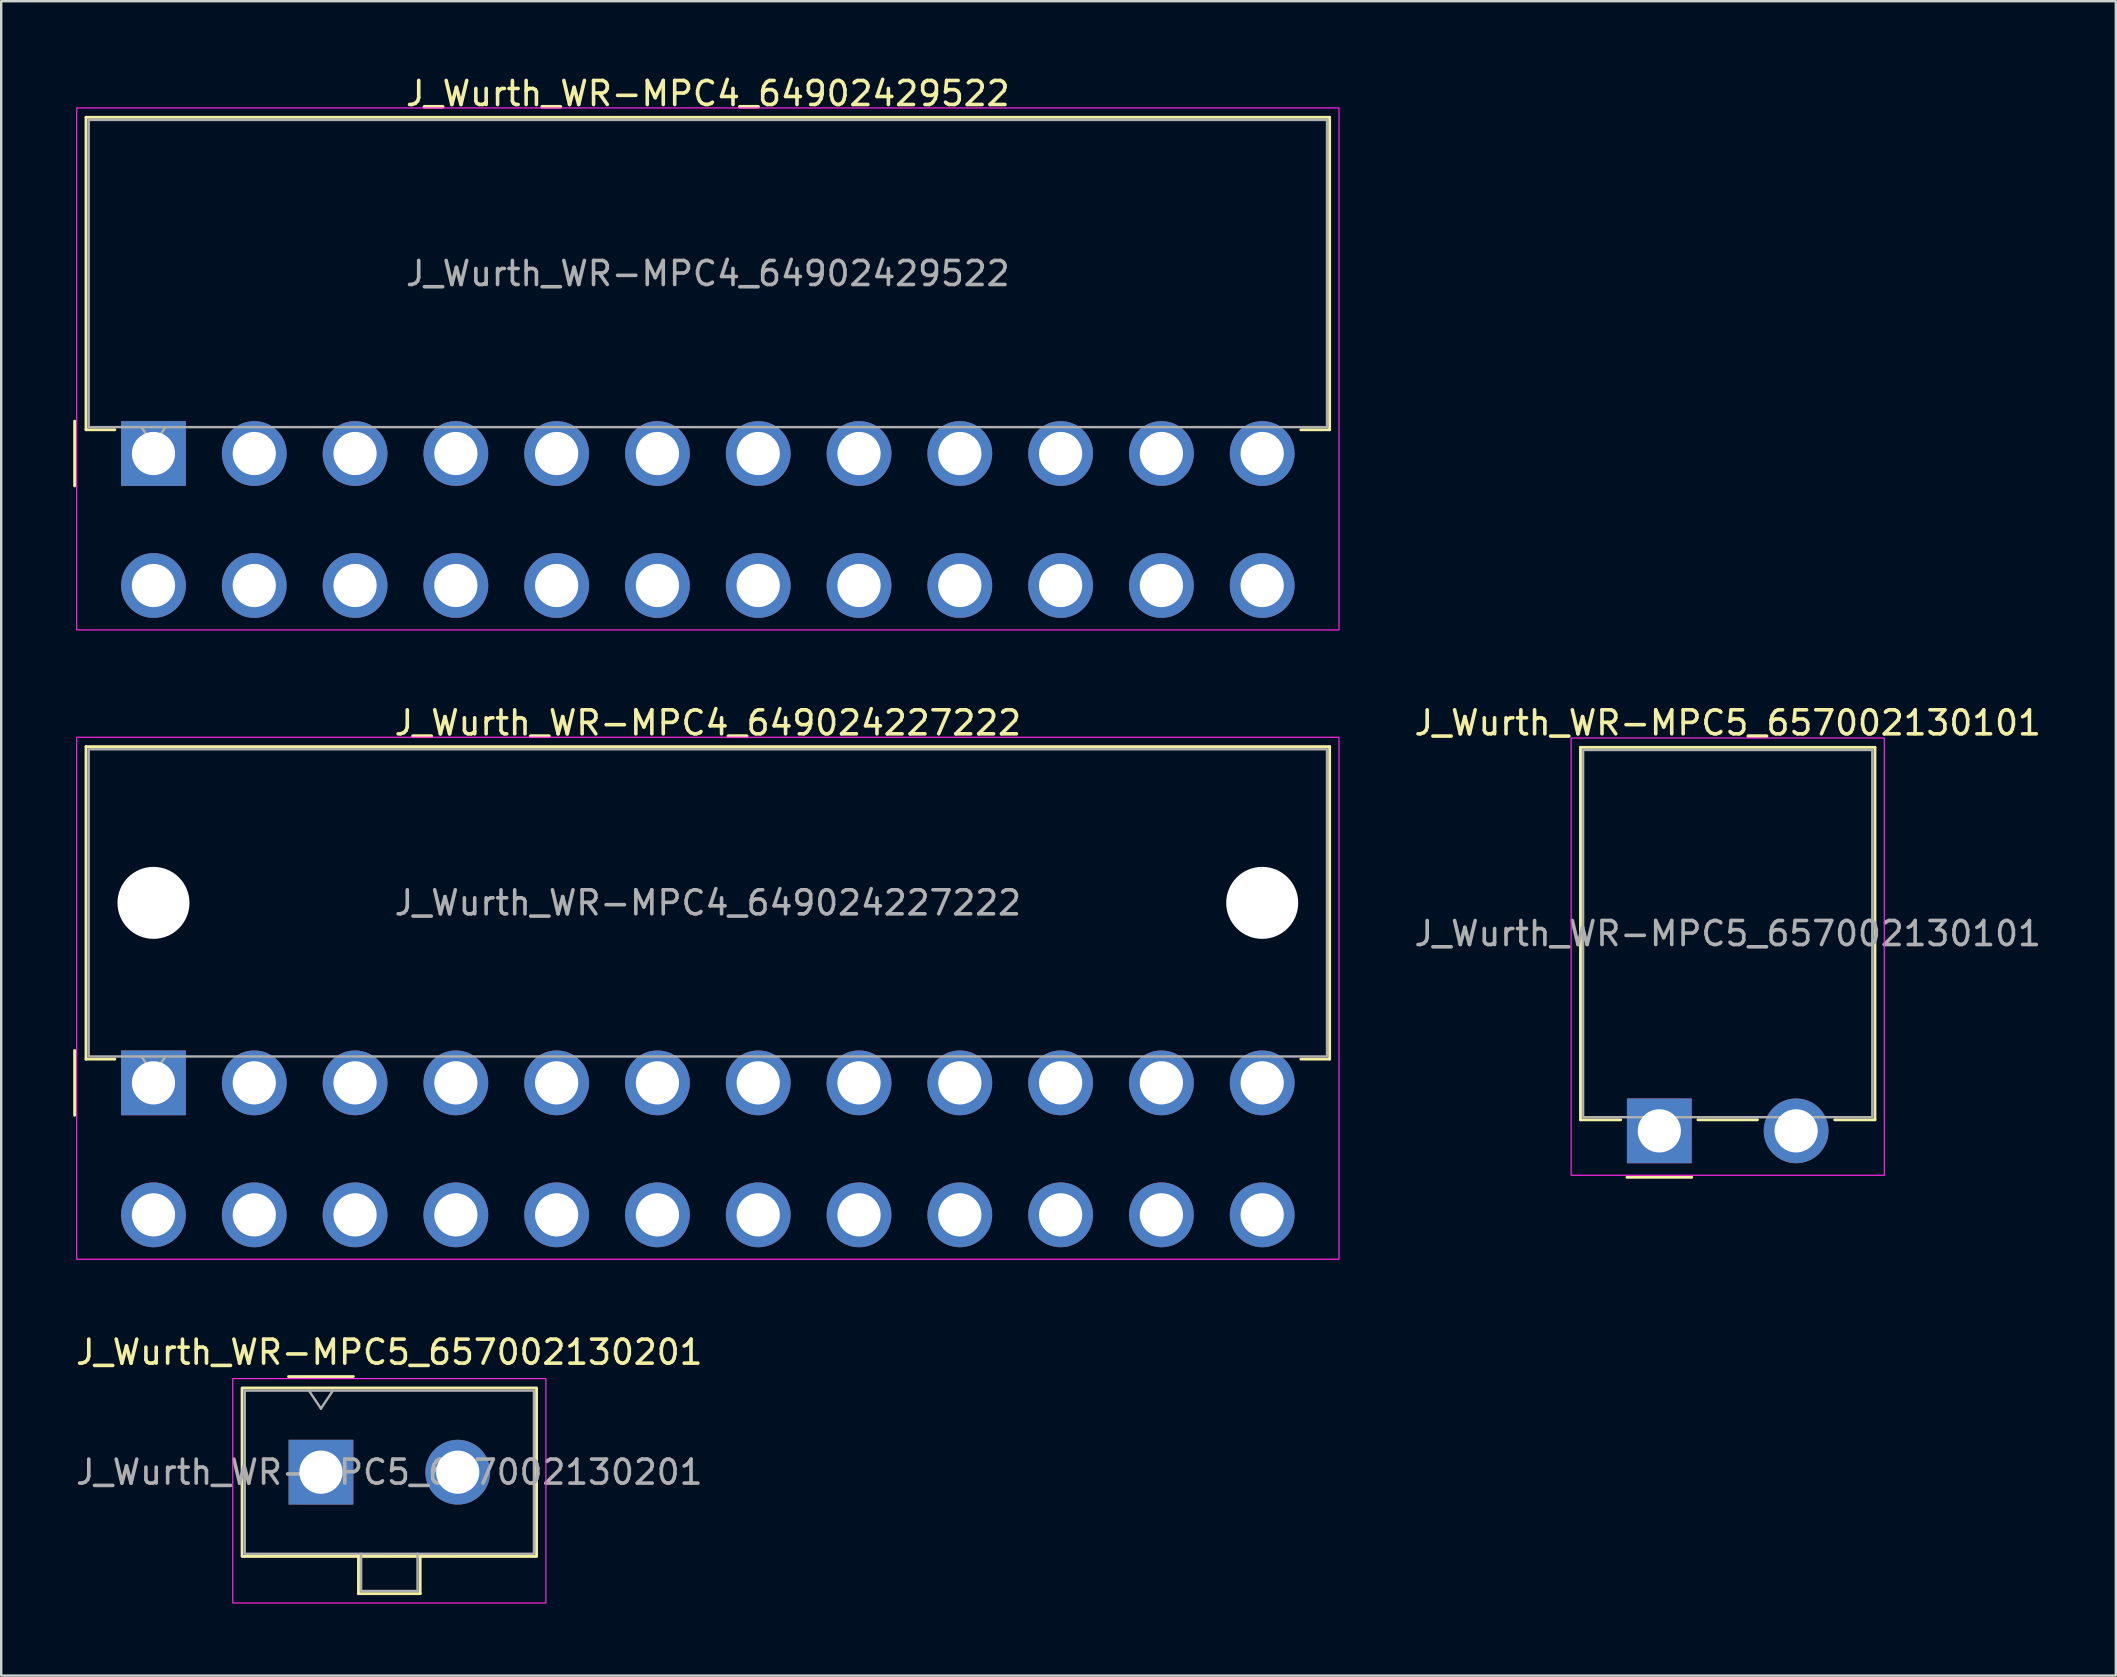
<source format=kicad_pcb>
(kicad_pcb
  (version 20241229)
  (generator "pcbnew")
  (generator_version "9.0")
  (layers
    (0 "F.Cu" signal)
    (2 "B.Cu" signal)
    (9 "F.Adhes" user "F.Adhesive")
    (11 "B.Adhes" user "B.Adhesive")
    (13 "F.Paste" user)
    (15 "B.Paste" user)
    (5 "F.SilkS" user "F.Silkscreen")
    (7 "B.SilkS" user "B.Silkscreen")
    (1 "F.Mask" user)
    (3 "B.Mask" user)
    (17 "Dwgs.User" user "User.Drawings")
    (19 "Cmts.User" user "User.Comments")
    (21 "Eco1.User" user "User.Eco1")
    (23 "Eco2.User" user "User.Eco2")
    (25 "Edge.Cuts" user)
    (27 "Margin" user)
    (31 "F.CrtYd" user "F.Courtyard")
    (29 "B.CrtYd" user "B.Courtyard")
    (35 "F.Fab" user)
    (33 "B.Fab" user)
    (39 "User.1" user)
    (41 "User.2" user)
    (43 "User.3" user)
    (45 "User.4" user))
  (footprint "J_Wurth_WR-MPC4_64902429522"
    (layer "F.Cu")
    (at 3.345 15.848)
    (property "Reference" "J_Wurth_WR-MPC4_64902429522" (at 23.1 -15 0) (unlocked yes) (layer "F.SilkS") (effects (font (size 1 1) (thickness 0.15))))
    (attr through_hole)
    (fp_line (start -3.285 -1.35) (end -3.285 1.35) (stroke (width 0.12) (type solid)) (layer "F.SilkS"))
    (fp_line (start -2.81 -14.01) (end 49.01 -14.01) (stroke (width 0.12) (type solid)) (layer "F.SilkS"))
    (fp_line (start -2.81 -0.99) (end -2.81 -14.01) (stroke (width 0.12) (type default)) (layer "F.SilkS"))
    (fp_line (start -1.61 -0.99) (end -2.81 -0.99) (stroke (width 0.12) (type solid)) (layer "F.SilkS"))
    (fp_line (start 49.01 -14.01) (end 49.01 -0.99) (stroke (width 0.12) (type solid)) (layer "F.SilkS"))
    (fp_line (start 49.01 -0.99) (end 47.81 -0.99) (stroke (width 0.12) (type solid)) (layer "F.SilkS"))
    (fp_rect (start -3.2 -14.4) (end 49.4 7.35) (stroke (width 0.05) (type solid)) (fill no) (layer "F.CrtYd"))
    (fp_line (start 0 -0.35) (end -0.5 -1.1) (stroke (width 0.1) (type solid)) (layer "F.Fab"))
    (fp_line (start 0 -0.35) (end 0.5 -1.1) (stroke (width 0.1) (type solid)) (layer "F.Fab"))
    (fp_rect (start -2.7 -13.9) (end 48.9 -1.1) (stroke (width 0.1) (type solid)) (fill no) (layer "F.Fab"))
    (fp_text user "${REFERENCE}" (at 23.1 -7.5 0) (unlocked yes) (layer "F.Fab") (effects (font (size 1 1) (thickness 0.15))))
    (pad "1" thru_hole rect (at 0 0 180) (size 2.7 2.7) (drill 1.8) (layers "*.Cu" "*.Mask"))
    (pad "2" thru_hole circle (at 4.2 0 180) (size 2.7 2.7) (drill 1.8) (layers "*.Cu" "*.Mask"))
    (pad "3" thru_hole circle (at 8.4 0 180) (size 2.7 2.7) (drill 1.8) (layers "*.Cu" "*.Mask"))
    (pad "4" thru_hole circle (at 12.6 0 180) (size 2.7 2.7) (drill 1.8) (layers "*.Cu" "*.Mask"))
    (pad "5" thru_hole circle (at 16.8 0 180) (size 2.7 2.7) (drill 1.8) (layers "*.Cu" "*.Mask"))
    (pad "6" thru_hole circle (at 21 0 180) (size 2.7 2.7) (drill 1.8) (layers "*.Cu" "*.Mask"))
    (pad "7" thru_hole circle (at 25.2 0 180) (size 2.7 2.7) (drill 1.8) (layers "*.Cu" "*.Mask"))
    (pad "8" thru_hole circle (at 29.4 0 180) (size 2.7 2.7) (drill 1.8) (layers "*.Cu" "*.Mask"))
    (pad "9" thru_hole circle (at 33.6 0 180) (size 2.7 2.7) (drill 1.8) (layers "*.Cu" "*.Mask"))
    (pad "10" thru_hole circle (at 37.8 0 180) (size 2.7 2.7) (drill 1.8) (layers "*.Cu" "*.Mask"))
    (pad "11" thru_hole circle (at 42 0 180) (size 2.7 2.7) (drill 1.8) (layers "*.Cu" "*.Mask"))
    (pad "12" thru_hole circle (at 46.2 0 180) (size 2.7 2.7) (drill 1.8) (layers "*.Cu" "*.Mask"))
    (pad "13" thru_hole circle (at 0 5.5 180) (size 2.7 2.7) (drill 1.8) (layers "*.Cu" "*.Mask"))
    (pad "14" thru_hole circle (at 4.2 5.5 180) (size 2.7 2.7) (drill 1.8) (layers "*.Cu" "*.Mask"))
    (pad "15" thru_hole circle (at 8.4 5.5 180) (size 2.7 2.7) (drill 1.8) (layers "*.Cu" "*.Mask"))
    (pad "16" thru_hole circle (at 12.6 5.5 180) (size 2.7 2.7) (drill 1.8) (layers "*.Cu" "*.Mask"))
    (pad "17" thru_hole circle (at 16.8 5.5 180) (size 2.7 2.7) (drill 1.8) (layers "*.Cu" "*.Mask"))
    (pad "18" thru_hole circle (at 21 5.5 180) (size 2.7 2.7) (drill 1.8) (layers "*.Cu" "*.Mask"))
    (pad "19" thru_hole circle (at 25.2 5.5 180) (size 2.7 2.7) (drill 1.8) (layers "*.Cu" "*.Mask"))
    (pad "20" thru_hole circle (at 29.4 5.5 180) (size 2.7 2.7) (drill 1.8) (layers "*.Cu" "*.Mask"))
    (pad "21" thru_hole circle (at 33.6 5.5 180) (size 2.7 2.7) (drill 1.8) (layers "*.Cu" "*.Mask"))
    (pad "22" thru_hole circle (at 37.8 5.5 180) (size 2.7 2.7) (drill 1.8) (layers "*.Cu" "*.Mask"))
    (pad "23" thru_hole circle (at 42 5.5 180) (size 2.7 2.7) (drill 1.8) (layers "*.Cu" "*.Mask"))
    (pad "24" thru_hole circle (at 46.2 5.5 180) (size 2.7 2.7) (drill 1.8) (layers "*.Cu" "*.Mask")))
  (footprint "J_Wurth_WR-MPC4_649024227222"
    (layer "F.Cu")
    (at 3.345 42.072)
    (property "Reference" "J_Wurth_WR-MPC4_649024227222" (at 23.1 -15 0) (unlocked yes) (layer "F.SilkS") (effects (font (size 1 1) (thickness 0.15))))
    (attr through_hole)
    (fp_line (start -3.285 -1.35) (end -3.285 1.35) (stroke (width 0.12) (type solid)) (layer "F.SilkS"))
    (fp_line (start -2.81 -14.01) (end 49.01 -14.01) (stroke (width 0.12) (type solid)) (layer "F.SilkS"))
    (fp_line (start -2.81 -0.99) (end -2.81 -14.01) (stroke (width 0.12) (type default)) (layer "F.SilkS"))
    (fp_line (start -1.61 -0.99) (end -2.81 -0.99) (stroke (width 0.12) (type solid)) (layer "F.SilkS"))
    (fp_line (start 49.01 -14.01) (end 49.01 -0.99) (stroke (width 0.12) (type solid)) (layer "F.SilkS"))
    (fp_line (start 49.01 -0.99) (end 47.81 -0.99) (stroke (width 0.12) (type solid)) (layer "F.SilkS"))
    (fp_rect (start -3.2 -14.4) (end 49.4 7.35) (stroke (width 0.05) (type solid)) (fill no) (layer "F.CrtYd"))
    (fp_line (start 0 -0.35) (end -0.5 -1.1) (stroke (width 0.1) (type solid)) (layer "F.Fab"))
    (fp_line (start 0 -0.35) (end 0.5 -1.1) (stroke (width 0.1) (type solid)) (layer "F.Fab"))
    (fp_rect (start -2.7 -13.9) (end 48.9 -1.1) (stroke (width 0.1) (type solid)) (fill no) (layer "F.Fab"))
    (fp_text user "${REFERENCE}" (at 23.1 -7.5 0) (unlocked yes) (layer "F.Fab") (effects (font (size 1 1) (thickness 0.15))))
    (pad "" np_thru_hole circle (at 0 -7.5) (size 3 3) (drill 3) (layers "*.Cu" "*.Mask"))
    (pad "" np_thru_hole circle (at 46.2 -7.5) (size 3 3) (drill 3) (layers "*.Cu" "*.Mask"))
    (pad "1" thru_hole rect (at 0 0 180) (size 2.7 2.7) (drill 1.8) (layers "*.Cu" "*.Mask"))
    (pad "2" thru_hole circle (at 4.2 0 180) (size 2.7 2.7) (drill 1.8) (layers "*.Cu" "*.Mask"))
    (pad "3" thru_hole circle (at 8.4 0 180) (size 2.7 2.7) (drill 1.8) (layers "*.Cu" "*.Mask"))
    (pad "4" thru_hole circle (at 12.6 0 180) (size 2.7 2.7) (drill 1.8) (layers "*.Cu" "*.Mask"))
    (pad "5" thru_hole circle (at 16.8 0 180) (size 2.7 2.7) (drill 1.8) (layers "*.Cu" "*.Mask"))
    (pad "6" thru_hole circle (at 21 0 180) (size 2.7 2.7) (drill 1.8) (layers "*.Cu" "*.Mask"))
    (pad "7" thru_hole circle (at 25.2 0 180) (size 2.7 2.7) (drill 1.8) (layers "*.Cu" "*.Mask"))
    (pad "8" thru_hole circle (at 29.4 0 180) (size 2.7 2.7) (drill 1.8) (layers "*.Cu" "*.Mask"))
    (pad "9" thru_hole circle (at 33.6 0 180) (size 2.7 2.7) (drill 1.8) (layers "*.Cu" "*.Mask"))
    (pad "10" thru_hole circle (at 37.8 0 180) (size 2.7 2.7) (drill 1.8) (layers "*.Cu" "*.Mask"))
    (pad "11" thru_hole circle (at 42 0 180) (size 2.7 2.7) (drill 1.8) (layers "*.Cu" "*.Mask"))
    (pad "12" thru_hole circle (at 46.2 0 180) (size 2.7 2.7) (drill 1.8) (layers "*.Cu" "*.Mask"))
    (pad "13" thru_hole circle (at 0 5.5 180) (size 2.7 2.7) (drill 1.8) (layers "*.Cu" "*.Mask"))
    (pad "14" thru_hole circle (at 4.2 5.5 180) (size 2.7 2.7) (drill 1.8) (layers "*.Cu" "*.Mask"))
    (pad "15" thru_hole circle (at 8.4 5.5 180) (size 2.7 2.7) (drill 1.8) (layers "*.Cu" "*.Mask"))
    (pad "16" thru_hole circle (at 12.6 5.5 180) (size 2.7 2.7) (drill 1.8) (layers "*.Cu" "*.Mask"))
    (pad "17" thru_hole circle (at 16.8 5.5 180) (size 2.7 2.7) (drill 1.8) (layers "*.Cu" "*.Mask"))
    (pad "18" thru_hole circle (at 21 5.5 180) (size 2.7 2.7) (drill 1.8) (layers "*.Cu" "*.Mask"))
    (pad "19" thru_hole circle (at 25.2 5.5 180) (size 2.7 2.7) (drill 1.8) (layers "*.Cu" "*.Mask"))
    (pad "20" thru_hole circle (at 29.4 5.5 180) (size 2.7 2.7) (drill 1.8) (layers "*.Cu" "*.Mask"))
    (pad "21" thru_hole circle (at 33.6 5.5 180) (size 2.7 2.7) (drill 1.8) (layers "*.Cu" "*.Mask"))
    (pad "22" thru_hole circle (at 37.8 5.5 180) (size 2.7 2.7) (drill 1.8) (layers "*.Cu" "*.Mask"))
    (pad "23" thru_hole circle (at 42 5.5 180) (size 2.7 2.7) (drill 1.8) (layers "*.Cu" "*.Mask"))
    (pad "24" thru_hole circle (at 46.2 5.5 180) (size 2.7 2.7) (drill 1.8) (layers "*.Cu" "*.Mask")))
  (footprint "J_Wurth_WR-MPC5_657002130201"
    (layer "F.Cu")
    (at 10.323 58.295)
    (property "Reference" "J_Wurth_WR-MPC5_657002130201" (at 2.85 -5 0) (unlocked yes) (layer "F.SilkS") (effects (font (size 1 1) (thickness 0.15))))
    (attr through_hole)
    (fp_line (start -1.35 -3.985) (end 1.35 -3.985) (stroke (width 0.12) (type solid)) (layer "F.SilkS"))
    (fp_line (start 1.565 3.51) (end 1.565 5.06) (stroke (width 0.12) (type solid)) (layer "F.SilkS"))
    (fp_line (start 1.565 5.06) (end 4.135 5.06) (stroke (width 0.12) (type solid)) (layer "F.SilkS"))
    (fp_line (start 4.135 3.51) (end 4.135 5.06) (stroke (width 0.12) (type solid)) (layer "F.SilkS"))
    (fp_rect (start -3.285 -3.51) (end 8.985 3.51) (stroke (width 0.12) (type solid)) (fill no) (layer "F.SilkS"))
    (fp_rect (start -3.675 -3.9) (end 9.375 5.45) (stroke (width 0.05) (type solid)) (fill no) (layer "F.CrtYd"))
    (fp_line (start 0 -2.65) (end -0.5 -3.4) (stroke (width 0.1) (type solid)) (layer "F.Fab"))
    (fp_line (start 0 -2.65) (end 0.5 -3.4) (stroke (width 0.1) (type solid)) (layer "F.Fab"))
    (fp_line (start 1.675 4.95) (end 1.675 3.4) (stroke (width 0.1) (type solid)) (layer "F.Fab"))
    (fp_line (start 4.025 3.4) (end 4.025 4.95) (stroke (width 0.1) (type solid)) (layer "F.Fab"))
    (fp_line (start 4.025 4.95) (end 1.675 4.95) (stroke (width 0.1) (type solid)) (layer "F.Fab"))
    (fp_rect (start -3.175 -3.4) (end 8.875 3.4) (stroke (width 0.1) (type solid)) (fill no) (layer "F.Fab"))
    (fp_text user "${REFERENCE}" (at 2.85 0 0) (unlocked yes) (layer "F.Fab") (effects (font (size 1 1) (thickness 0.15))))
    (pad "1" thru_hole rect (at 0 0 180) (size 2.7 2.7) (drill 1.8) (layers "*.Cu" "*.Mask"))
    (pad "2" thru_hole circle (at 5.7 0 180) (size 2.7 2.7) (drill 1.8) (layers "*.Cu" "*.Mask")))
  (footprint "J_Wurth_WR-MPC5_657002130101"
    (layer "F.Cu")
    (at 66.093 44.072)
    (property "Reference" "J_Wurth_WR-MPC5_657002130101" (at 2.85 -17 0) (unlocked yes) (layer "F.SilkS") (effects (font (size 1 1) (thickness 0.15))))
    (attr through_hole)
    (fp_line (start -3.285 -15.98) (end -3.285 -0.46) (stroke (width 0.12) (type solid)) (layer "F.SilkS"))
    (fp_line (start -3.285 -15.98) (end 8.985 -15.98) (stroke (width 0.12) (type solid)) (layer "F.SilkS"))
    (fp_line (start -1.61 -0.46) (end -3.285 -0.46) (stroke (width 0.12) (type solid)) (layer "F.SilkS"))
    (fp_line (start 1.35 1.935) (end -1.35 1.935) (stroke (width 0.12) (type solid)) (layer "F.SilkS"))
    (fp_line (start 4.09 -0.46) (end 1.61 -0.46) (stroke (width 0.12) (type solid)) (layer "F.SilkS"))
    (fp_line (start 7.31 -0.46) (end 8.985 -0.46) (stroke (width 0.12) (type solid)) (layer "F.SilkS"))
    (fp_line (start 8.985 -15.98) (end 8.985 -0.46) (stroke (width 0.12) (type solid)) (layer "F.SilkS"))
    (fp_rect (start -3.675 -16.37) (end 9.375 1.85) (stroke (width 0.05) (type solid)) (fill no) (layer "F.CrtYd"))
    (fp_line (start 0 0.18) (end -0.5 -0.57) (stroke (width 0.1) (type solid)) (layer "F.Fab"))
    (fp_line (start 0 0.18) (end 0.5 -0.57) (stroke (width 0.1) (type solid)) (layer "F.Fab"))
    (fp_rect (start -3.175 -15.87) (end 8.875 -0.57) (stroke (width 0.1) (type solid)) (fill no) (layer "F.Fab"))
    (fp_text user "${REFERENCE}" (at 2.85 -8.22 0) (unlocked yes) (layer "F.Fab") (effects (font (size 1 1) (thickness 0.15))))
    (pad "1" thru_hole rect (at 0 0 180) (size 2.7 2.7) (drill 1.8) (layers "*.Cu" "*.Mask"))
    (pad "2" thru_hole circle (at 5.7 0 180) (size 2.7 2.7) (drill 1.8) (layers "*.Cu" "*.Mask")))
  (gr_rect
    (start -3 -3)
    (end 85.115 66.77)
    (stroke (width 0.1) (type default))
    (fill no)
    (layer "Edge.Cuts")))
</source>
